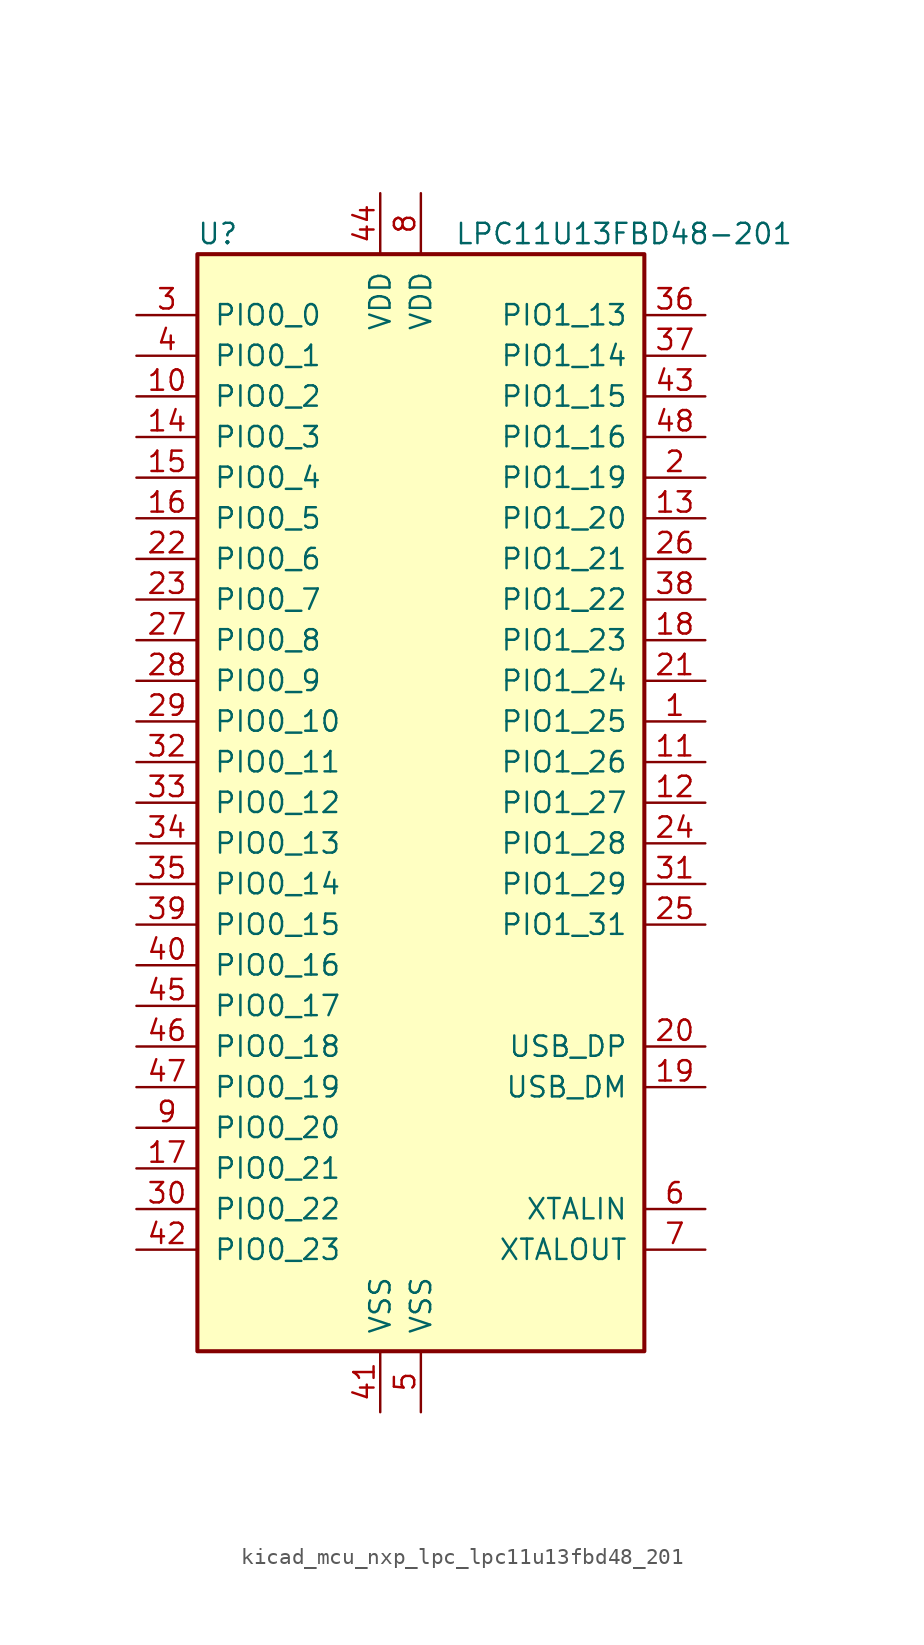
<source format=kicad_sym>
(kicad_symbol_lib
  (version 20220914)
  (generator kicad_symbol_editor)
  (symbol "kicad_mcu_nxp_lpc_lpc11u13fbd48_201"
    (pin_names
      (offset 1.016))
    (property "Reference" "U"
      (at -12.7 35.56 0)
      (effects (font (size 1.27 1.27))))
    (property "Value" "LPC11U13FBD48-201"
      (at 12.7 35.56 0)
      (effects (font (size 1.27 1.27))))
    (symbol "kicad_mcu_nxp_lpc_lpc11u13fbd48_201_0_1"
      (rectangle (start -13.97 34.29) (end 13.97 -34.29) (stroke (width 0.254) (type default)) (fill (type background))))
    (symbol "kicad_mcu_nxp_lpc_lpc11u13fbd48_201_1_1"
      (pin bidirectional line (at 17.78 5.08 180) (length 3.81) (name "PIO1_25" (effects (font (size 1.27 1.27)))) (number "1" (effects (font (size 1.27 1.27)))))
      (pin bidirectional line (at -17.78 25.4 0) (length 3.81) (name "PIO0_2" (effects (font (size 1.27 1.27)))) (number "10" (effects (font (size 1.27 1.27)))))
      (pin bidirectional line (at 17.78 2.54 180) (length 3.81) (name "PIO1_26" (effects (font (size 1.27 1.27)))) (number "11" (effects (font (size 1.27 1.27)))))
      (pin bidirectional line (at 17.78 0 180) (length 3.81) (name "PIO1_27" (effects (font (size 1.27 1.27)))) (number "12" (effects (font (size 1.27 1.27)))))
      (pin bidirectional line (at 17.78 17.78 180) (length 3.81) (name "PIO1_20" (effects (font (size 1.27 1.27)))) (number "13" (effects (font (size 1.27 1.27)))))
      (pin bidirectional line (at -17.78 22.86 0) (length 3.81) (name "PIO0_3" (effects (font (size 1.27 1.27)))) (number "14" (effects (font (size 1.27 1.27)))))
      (pin bidirectional line (at -17.78 20.32 0) (length 3.81) (name "PIO0_4" (effects (font (size 1.27 1.27)))) (number "15" (effects (font (size 1.27 1.27)))))
      (pin bidirectional line (at -17.78 17.78 0) (length 3.81) (name "PIO0_5" (effects (font (size 1.27 1.27)))) (number "16" (effects (font (size 1.27 1.27)))))
      (pin bidirectional line (at -17.78 -22.86 0) (length 3.81) (name "PIO0_21" (effects (font (size 1.27 1.27)))) (number "17" (effects (font (size 1.27 1.27)))))
      (pin bidirectional line (at 17.78 10.16 180) (length 3.81) (name "PIO1_23" (effects (font (size 1.27 1.27)))) (number "18" (effects (font (size 1.27 1.27)))))
      (pin bidirectional line (at 17.78 -17.78 180) (length 3.81) (name "USB_DM" (effects (font (size 1.27 1.27)))) (number "19" (effects (font (size 1.27 1.27)))))
      (pin bidirectional line (at 17.78 20.32 180) (length 3.81) (name "PIO1_19" (effects (font (size 1.27 1.27)))) (number "2" (effects (font (size 1.27 1.27)))))
      (pin bidirectional line (at 17.78 -15.24 180) (length 3.81) (name "USB_DP" (effects (font (size 1.27 1.27)))) (number "20" (effects (font (size 1.27 1.27)))))
      (pin bidirectional line (at 17.78 7.62 180) (length 3.81) (name "PIO1_24" (effects (font (size 1.27 1.27)))) (number "21" (effects (font (size 1.27 1.27)))))
      (pin bidirectional line (at -17.78 15.24 0) (length 3.81) (name "PIO0_6" (effects (font (size 1.27 1.27)))) (number "22" (effects (font (size 1.27 1.27)))))
      (pin bidirectional line (at -17.78 12.7 0) (length 3.81) (name "PIO0_7" (effects (font (size 1.27 1.27)))) (number "23" (effects (font (size 1.27 1.27)))))
      (pin bidirectional line (at 17.78 -2.54 180) (length 3.81) (name "PIO1_28" (effects (font (size 1.27 1.27)))) (number "24" (effects (font (size 1.27 1.27)))))
      (pin bidirectional line (at 17.78 -7.62 180) (length 3.81) (name "PIO1_31" (effects (font (size 1.27 1.27)))) (number "25" (effects (font (size 1.27 1.27)))))
      (pin bidirectional line (at 17.78 15.24 180) (length 3.81) (name "PIO1_21" (effects (font (size 1.27 1.27)))) (number "26" (effects (font (size 1.27 1.27)))))
      (pin bidirectional line (at -17.78 10.16 0) (length 3.81) (name "PIO0_8" (effects (font (size 1.27 1.27)))) (number "27" (effects (font (size 1.27 1.27)))))
      (pin bidirectional line (at -17.78 7.62 0) (length 3.81) (name "PIO0_9" (effects (font (size 1.27 1.27)))) (number "28" (effects (font (size 1.27 1.27)))))
      (pin bidirectional line (at -17.78 5.08 0) (length 3.81) (name "PIO0_10" (effects (font (size 1.27 1.27)))) (number "29" (effects (font (size 1.27 1.27)))))
      (pin bidirectional line (at -17.78 30.48 0) (length 3.81) (name "PIO0_0" (effects (font (size 1.27 1.27)))) (number "3" (effects (font (size 1.27 1.27)))))
      (pin bidirectional line (at -17.78 -25.4 0) (length 3.81) (name "PIO0_22" (effects (font (size 1.27 1.27)))) (number "30" (effects (font (size 1.27 1.27)))))
      (pin bidirectional line (at 17.78 -5.08 180) (length 3.81) (name "PIO1_29" (effects (font (size 1.27 1.27)))) (number "31" (effects (font (size 1.27 1.27)))))
      (pin bidirectional line (at -17.78 2.54 0) (length 3.81) (name "PIO0_11" (effects (font (size 1.27 1.27)))) (number "32" (effects (font (size 1.27 1.27)))))
      (pin bidirectional line (at -17.78 0 0) (length 3.81) (name "PIO0_12" (effects (font (size 1.27 1.27)))) (number "33" (effects (font (size 1.27 1.27)))))
      (pin bidirectional line (at -17.78 -2.54 0) (length 3.81) (name "PIO0_13" (effects (font (size 1.27 1.27)))) (number "34" (effects (font (size 1.27 1.27)))))
      (pin bidirectional line (at -17.78 -5.08 0) (length 3.81) (name "PIO0_14" (effects (font (size 1.27 1.27)))) (number "35" (effects (font (size 1.27 1.27)))))
      (pin bidirectional line (at 17.78 30.48 180) (length 3.81) (name "PIO1_13" (effects (font (size 1.27 1.27)))) (number "36" (effects (font (size 1.27 1.27)))))
      (pin bidirectional line (at 17.78 27.94 180) (length 3.81) (name "PIO1_14" (effects (font (size 1.27 1.27)))) (number "37" (effects (font (size 1.27 1.27)))))
      (pin bidirectional line (at 17.78 12.7 180) (length 3.81) (name "PIO1_22" (effects (font (size 1.27 1.27)))) (number "38" (effects (font (size 1.27 1.27)))))
      (pin bidirectional line (at -17.78 -7.62 0) (length 3.81) (name "PIO0_15" (effects (font (size 1.27 1.27)))) (number "39" (effects (font (size 1.27 1.27)))))
      (pin bidirectional line (at -17.78 27.94 0) (length 3.81) (name "PIO0_1" (effects (font (size 1.27 1.27)))) (number "4" (effects (font (size 1.27 1.27)))))
      (pin bidirectional line (at -17.78 -10.16 0) (length 3.81) (name "PIO0_16" (effects (font (size 1.27 1.27)))) (number "40" (effects (font (size 1.27 1.27)))))
      (pin power_in line (at -2.54 -38.1 90) (length 3.81) (name "VSS" (effects (font (size 1.27 1.27)))) (number "41" (effects (font (size 1.27 1.27)))))
      (pin bidirectional line (at -17.78 -27.94 0) (length 3.81) (name "PIO0_23" (effects (font (size 1.27 1.27)))) (number "42" (effects (font (size 1.27 1.27)))))
      (pin bidirectional line (at 17.78 25.4 180) (length 3.81) (name "PIO1_15" (effects (font (size 1.27 1.27)))) (number "43" (effects (font (size 1.27 1.27)))))
      (pin power_in line (at -2.54 38.1 270) (length 3.81) (name "VDD" (effects (font (size 1.27 1.27)))) (number "44" (effects (font (size 1.27 1.27)))))
      (pin bidirectional line (at -17.78 -12.7 0) (length 3.81) (name "PIO0_17" (effects (font (size 1.27 1.27)))) (number "45" (effects (font (size 1.27 1.27)))))
      (pin bidirectional line (at -17.78 -15.24 0) (length 3.81) (name "PIO0_18" (effects (font (size 1.27 1.27)))) (number "46" (effects (font (size 1.27 1.27)))))
      (pin bidirectional line (at -17.78 -17.78 0) (length 3.81) (name "PIO0_19" (effects (font (size 1.27 1.27)))) (number "47" (effects (font (size 1.27 1.27)))))
      (pin bidirectional line (at 17.78 22.86 180) (length 3.81) (name "PIO1_16" (effects (font (size 1.27 1.27)))) (number "48" (effects (font (size 1.27 1.27)))))
      (pin power_in line (at 0 -38.1 90) (length 3.81) (name "VSS" (effects (font (size 1.27 1.27)))) (number "5" (effects (font (size 1.27 1.27)))))
      (pin input line (at 17.78 -25.4 180) (length 3.81) (name "XTALIN" (effects (font (size 1.27 1.27)))) (number "6" (effects (font (size 1.27 1.27)))))
      (pin output line (at 17.78 -27.94 180) (length 3.81) (name "XTALOUT" (effects (font (size 1.27 1.27)))) (number "7" (effects (font (size 1.27 1.27)))))
      (pin power_in line (at 0 38.1 270) (length 3.81) (name "VDD" (effects (font (size 1.27 1.27)))) (number "8" (effects (font (size 1.27 1.27)))))
      (pin bidirectional line (at -17.78 -20.32 0) (length 3.81) (name "PIO0_20" (effects (font (size 1.27 1.27)))) (number "9" (effects (font (size 1.27 1.27))))))))
</source>
